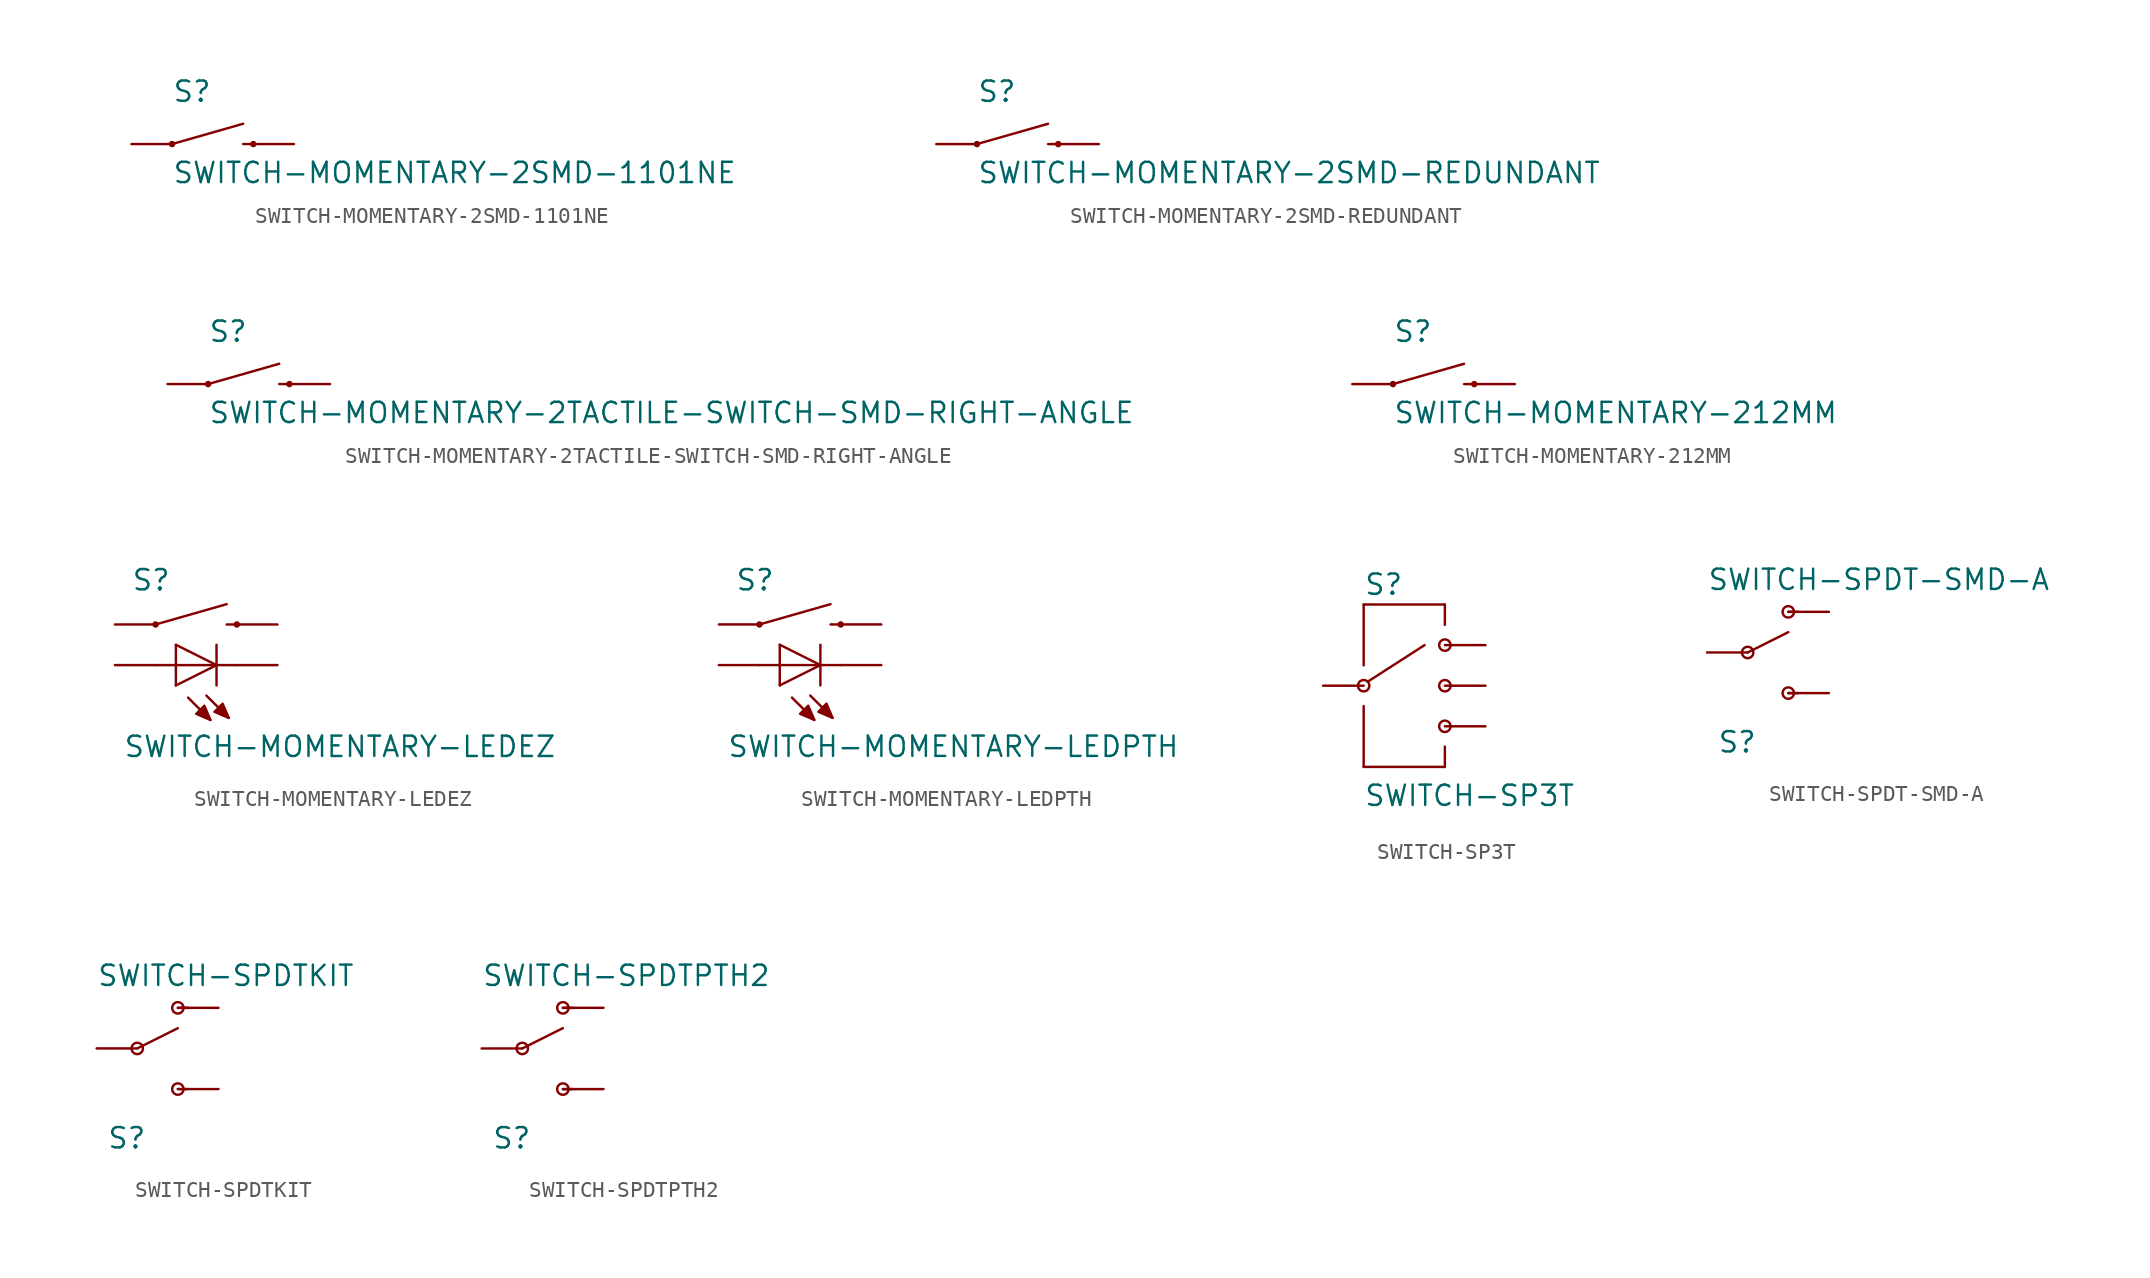
<source format=kicad_sym>
(kicad_symbol_lib
  (version 20220914)
  (generator kicad_symbol_editor)
  (symbol "SWITCH-MOMENTARY-2SMD-1101NE"
    (pin_numbers hide)
    (pin_names
      (offset 1.016) hide)
    (property "Reference" "S"
      (at -2.54 2.54 0)
      (effects (font (size 1.27 1.27)) (justify left bottom)))
    (property "Value" "SWITCH-MOMENTARY-2SMD-1101NE"
      (at -2.54 -2.54 0)
      (effects (font (size 1.27 1.27)) (justify left bottom)))
    (property "ki_locked" ""
      (at 0 0 0)
      (effects (font (size 1.27 1.27))))
    (symbol "SWITCH-MOMENTARY-2SMD-1101NE_1_0"
      (polyline (pts (xy -2.54 0) (xy 1.905 1.27)) (stroke (width 0) (type solid)) (fill (type none)))
      (polyline (pts (xy 1.905 0) (xy 2.54 0)) (stroke (width 0) (type solid)) (fill (type none))))
    (symbol "SWITCH-MOMENTARY-2SMD-1101NE_1_1"
      (circle (center -2.54 0) (radius 0.127) (stroke (width 0) (type solid)) (fill (type outline)))
      (circle (center 2.54 0) (radius 0.127) (stroke (width 0) (type solid)) (fill (type outline)))
      (pin passive line (at -5.08 0 0) (length 2.54) (name "1" (effects (font (size 1.016 1.016)))) (number "1" (effects (font (size 1.016 1.016)))))
      (pin passive line (at 5.08 0 180) (length 2.54) (name "2" (effects (font (size 1.016 1.016)))) (number "2" (effects (font (size 1.016 1.016)))))))
  (symbol "SWITCH-MOMENTARY-2SMD-REDUNDANT"
    (pin_numbers hide)
    (pin_names
      (offset 1.016) hide)
    (property "Reference" "S"
      (at -2.54 2.54 0)
      (effects (font (size 1.27 1.27)) (justify left bottom)))
    (property "Value" "SWITCH-MOMENTARY-2SMD-REDUNDANT"
      (at -2.54 -2.54 0)
      (effects (font (size 1.27 1.27)) (justify left bottom)))
    (property "ki_locked" ""
      (at 0 0 0)
      (effects (font (size 1.27 1.27))))
    (symbol "SWITCH-MOMENTARY-2SMD-REDUNDANT_1_0"
      (polyline (pts (xy -2.54 0) (xy 1.905 1.27)) (stroke (width 0) (type solid)) (fill (type none)))
      (polyline (pts (xy 1.905 0) (xy 2.54 0)) (stroke (width 0) (type solid)) (fill (type none))))
    (symbol "SWITCH-MOMENTARY-2SMD-REDUNDANT_1_1"
      (circle (center -2.54 0) (radius 0.127) (stroke (width 0) (type solid)) (fill (type outline)))
      (circle (center 2.54 0) (radius 0.127) (stroke (width 0) (type solid)) (fill (type outline)))
      (pin passive line (at -5.08 0 0) (length 2.54) (name "1" (effects (font (size 1.016 1.016)))) (number "1" (effects (font (size 1.016 1.016)))))
      (pin passive line (at -5.08 0 0) (length 2.54) hide (name "1" (effects (font (size 1.016 1.016)))) (number "2" (effects (font (size 1.016 1.016)))))
      (pin passive line (at 5.08 0 180) (length 2.54) (name "2" (effects (font (size 1.016 1.016)))) (number "3" (effects (font (size 1.016 1.016)))))
      (pin passive line (at 5.08 0 180) (length 2.54) hide (name "2" (effects (font (size 1.016 1.016)))) (number "4" (effects (font (size 1.016 1.016)))))))
  (symbol "SWITCH-MOMENTARY-2TACTILE-SWITCH-SMD-RIGHT-ANGLE"
    (pin_numbers hide)
    (pin_names
      (offset 1.016) hide)
    (property "Reference" "S"
      (at -2.54 2.54 0)
      (effects (font (size 1.27 1.27)) (justify left bottom)))
    (property "Value" "SWITCH-MOMENTARY-2TACTILE-SWITCH-SMD-RIGHT-ANGLE"
      (at -2.54 -2.54 0)
      (effects (font (size 1.27 1.27)) (justify left bottom)))
    (property "ki_locked" ""
      (at 0 0 0)
      (effects (font (size 1.27 1.27))))
    (symbol "SWITCH-MOMENTARY-2TACTILE-SWITCH-SMD-RIGHT-ANGLE_1_0"
      (polyline (pts (xy -2.54 0) (xy 1.905 1.27)) (stroke (width 0) (type solid)) (fill (type none)))
      (polyline (pts (xy 1.905 0) (xy 2.54 0)) (stroke (width 0) (type solid)) (fill (type none))))
    (symbol "SWITCH-MOMENTARY-2TACTILE-SWITCH-SMD-RIGHT-ANGLE_1_1"
      (circle (center -2.54 0) (radius 0.127) (stroke (width 0) (type solid)) (fill (type outline)))
      (circle (center 2.54 0) (radius 0.127) (stroke (width 0) (type solid)) (fill (type outline)))
      (pin passive line (at -5.08 0 0) (length 2.54) (name "1" (effects (font (size 1.016 1.016)))) (number "1" (effects (font (size 1.016 1.016)))))
      (pin passive line (at 5.08 0 180) (length 2.54) (name "2" (effects (font (size 1.016 1.016)))) (number "2" (effects (font (size 1.016 1.016)))))))
  (symbol "SWITCH-MOMENTARY-212MM"
    (pin_numbers hide)
    (pin_names
      (offset 1.016) hide)
    (property "Reference" "S"
      (at -2.54 2.54 0)
      (effects (font (size 1.27 1.27)) (justify left bottom)))
    (property "Value" "SWITCH-MOMENTARY-212MM"
      (at -2.54 -2.54 0)
      (effects (font (size 1.27 1.27)) (justify left bottom)))
    (property "ki_locked" ""
      (at 0 0 0)
      (effects (font (size 1.27 1.27))))
    (symbol "SWITCH-MOMENTARY-212MM_1_0"
      (polyline (pts (xy -2.54 0) (xy 1.905 1.27)) (stroke (width 0) (type solid)) (fill (type none)))
      (polyline (pts (xy 1.905 0) (xy 2.54 0)) (stroke (width 0) (type solid)) (fill (type none))))
    (symbol "SWITCH-MOMENTARY-212MM_1_1"
      (circle (center -2.54 0) (radius 0.127) (stroke (width 0) (type solid)) (fill (type outline)))
      (circle (center 2.54 0) (radius 0.127) (stroke (width 0) (type solid)) (fill (type outline)))
      (pin passive line (at -5.08 0 0) (length 2.54) (name "1" (effects (font (size 1.016 1.016)))) (number "1" (effects (font (size 1.016 1.016)))))
      (pin passive line (at 5.08 0 180) (length 2.54) (name "2" (effects (font (size 1.016 1.016)))) (number "3" (effects (font (size 1.016 1.016)))))))
  (symbol "SWITCH-MOMENTARY-LEDEZ"
    (pin_numbers hide)
    (pin_names
      (offset 1.016) hide)
    (property "Reference" "S"
      (at -4.064 2.032 0)
      (effects (font (size 1.27 1.27)) (justify left bottom)))
    (property "Value" "SWITCH-MOMENTARY-LEDEZ"
      (at -4.572 -8.382 0)
      (effects (font (size 1.27 1.27)) (justify left bottom)))
    (property "ki_locked" ""
      (at 0 0 0)
      (effects (font (size 1.27 1.27))))
    (symbol "SWITCH-MOMENTARY-LEDEZ_1_0"
      (polyline (pts (xy -2.54 -2.54) (xy -1.27 -2.54)) (stroke (width 0) (type solid)) (fill (type none)))
      (polyline (pts (xy -2.54 0) (xy 1.905 1.27)) (stroke (width 0) (type solid)) (fill (type none)))
      (polyline (pts (xy -1.27 -2.54) (xy -1.27 -3.81)) (stroke (width 0) (type solid)) (fill (type none)))
      (polyline (pts (xy -1.27 -2.54) (xy 1.27 -2.54)) (stroke (width 0) (type solid)) (fill (type none)))
      (polyline (pts (xy -1.27 -1.27) (xy -1.27 -2.54)) (stroke (width 0) (type solid)) (fill (type none)))
      (polyline (pts (xy -1.27 -1.27) (xy 1.27 -2.54)) (stroke (width 0) (type solid)) (fill (type none)))
      (polyline (pts (xy -0.508 -4.572) (xy 0.889 -5.969)) (stroke (width 0) (type solid)) (fill (type none)))
      (polyline (pts (xy 0.635 -4.445) (xy 2.032 -5.842)) (stroke (width 0) (type solid)) (fill (type none)))
      (polyline (pts (xy 1.27 -2.54) (xy -1.27 -3.81)) (stroke (width 0) (type solid)) (fill (type none)))
      (polyline (pts (xy 1.27 -2.54) (xy 1.27 -3.81)) (stroke (width 0) (type solid)) (fill (type none)))
      (polyline (pts (xy 1.27 -2.54) (xy 2.54 -2.54)) (stroke (width 0) (type solid)) (fill (type none)))
      (polyline (pts (xy 1.27 -1.27) (xy 1.27 -2.54)) (stroke (width 0) (type solid)) (fill (type none)))
      (polyline (pts (xy 1.905 0) (xy 2.54 0)) (stroke (width 0) (type solid)) (fill (type none))))
    (symbol "SWITCH-MOMENTARY-LEDEZ_1_1"
      (circle (center -2.54 0) (radius 0.127) (stroke (width 0) (type solid)) (fill (type outline)))
      (polyline (pts (xy 0.889 -5.969) (xy 0 -5.588) (xy 0 -5.588) (xy 0.508 -5.08) (xy 0.508 -5.08) (xy 0.889 -5.969)) (stroke (width 0) (type solid)) (fill (type outline)))
      (polyline (pts (xy 2.032 -5.842) (xy 1.143 -5.461) (xy 1.143 -5.461) (xy 1.651 -4.953) (xy 1.651 -4.953) (xy 2.032 -5.842)) (stroke (width 0) (type solid)) (fill (type outline)))
      (circle (center 2.54 0) (radius 0.127) (stroke (width 0) (type solid)) (fill (type outline)))
      (pin passive line (at 5.08 0 180) (length 2.54) (name "2" (effects (font (size 1.016 1.016)))) (number "2" (effects (font (size 1.016 1.016)))))
      (pin passive line (at -5.08 0 0) (length 2.54) (name "1" (effects (font (size 1.016 1.016)))) (number "4" (effects (font (size 1.016 1.016)))))
      (pin passive line (at -5.08 -2.54 0) (length 2.54) (name "A" (effects (font (size 1.016 1.016)))) (number "A" (effects (font (size 1.016 1.016)))))
      (pin passive line (at 5.08 -2.54 180) (length 2.54) (name "C" (effects (font (size 1.016 1.016)))) (number "C" (effects (font (size 1.016 1.016)))))))
  (symbol "SWITCH-MOMENTARY-LEDPTH"
    (pin_numbers hide)
    (pin_names
      (offset 1.016) hide)
    (property "Reference" "S"
      (at -4.064 2.032 0)
      (effects (font (size 1.27 1.27)) (justify left bottom)))
    (property "Value" "SWITCH-MOMENTARY-LEDPTH"
      (at -4.572 -8.382 0)
      (effects (font (size 1.27 1.27)) (justify left bottom)))
    (property "ki_locked" ""
      (at 0 0 0)
      (effects (font (size 1.27 1.27))))
    (symbol "SWITCH-MOMENTARY-LEDPTH_1_0"
      (polyline (pts (xy -2.54 -2.54) (xy -1.27 -2.54)) (stroke (width 0) (type solid)) (fill (type none)))
      (polyline (pts (xy -2.54 0) (xy 1.905 1.27)) (stroke (width 0) (type solid)) (fill (type none)))
      (polyline (pts (xy -1.27 -2.54) (xy -1.27 -3.81)) (stroke (width 0) (type solid)) (fill (type none)))
      (polyline (pts (xy -1.27 -2.54) (xy 1.27 -2.54)) (stroke (width 0) (type solid)) (fill (type none)))
      (polyline (pts (xy -1.27 -1.27) (xy -1.27 -2.54)) (stroke (width 0) (type solid)) (fill (type none)))
      (polyline (pts (xy -1.27 -1.27) (xy 1.27 -2.54)) (stroke (width 0) (type solid)) (fill (type none)))
      (polyline (pts (xy -0.508 -4.572) (xy 0.889 -5.969)) (stroke (width 0) (type solid)) (fill (type none)))
      (polyline (pts (xy 0.635 -4.445) (xy 2.032 -5.842)) (stroke (width 0) (type solid)) (fill (type none)))
      (polyline (pts (xy 1.27 -2.54) (xy -1.27 -3.81)) (stroke (width 0) (type solid)) (fill (type none)))
      (polyline (pts (xy 1.27 -2.54) (xy 1.27 -3.81)) (stroke (width 0) (type solid)) (fill (type none)))
      (polyline (pts (xy 1.27 -2.54) (xy 2.54 -2.54)) (stroke (width 0) (type solid)) (fill (type none)))
      (polyline (pts (xy 1.27 -1.27) (xy 1.27 -2.54)) (stroke (width 0) (type solid)) (fill (type none)))
      (polyline (pts (xy 1.905 0) (xy 2.54 0)) (stroke (width 0) (type solid)) (fill (type none))))
    (symbol "SWITCH-MOMENTARY-LEDPTH_1_1"
      (circle (center -2.54 0) (radius 0.127) (stroke (width 0) (type solid)) (fill (type outline)))
      (polyline (pts (xy 0.889 -5.969) (xy 0 -5.588) (xy 0 -5.588) (xy 0.508 -5.08) (xy 0.508 -5.08) (xy 0.889 -5.969)) (stroke (width 0) (type solid)) (fill (type outline)))
      (polyline (pts (xy 2.032 -5.842) (xy 1.143 -5.461) (xy 1.143 -5.461) (xy 1.651 -4.953) (xy 1.651 -4.953) (xy 2.032 -5.842)) (stroke (width 0) (type solid)) (fill (type outline)))
      (circle (center 2.54 0) (radius 0.127) (stroke (width 0) (type solid)) (fill (type outline)))
      (pin passive line (at 5.08 0 180) (length 2.54) (name "2" (effects (font (size 1.016 1.016)))) (number "2" (effects (font (size 1.016 1.016)))))
      (pin passive line (at -5.08 0 0) (length 2.54) (name "1" (effects (font (size 1.016 1.016)))) (number "4" (effects (font (size 1.016 1.016)))))
      (pin passive line (at -5.08 -2.54 0) (length 2.54) (name "A" (effects (font (size 1.016 1.016)))) (number "A" (effects (font (size 1.016 1.016)))))
      (pin passive line (at 5.08 -2.54 180) (length 2.54) (name "C" (effects (font (size 1.016 1.016)))) (number "C" (effects (font (size 1.016 1.016)))))))
  (symbol "SWITCH-SP3T"
    (pin_numbers hide)
    (pin_names
      (offset 1.016) hide)
    (property "Reference" "S"
      (at -2.54 5.588 0)
      (effects (font (size 1.27 1.27)) (justify left bottom)))
    (property "Value" "SWITCH-SP3T"
      (at -2.54 -7.62 0)
      (effects (font (size 1.27 1.27)) (justify left bottom)))
    (property "ki_locked" ""
      (at 0 0 0)
      (effects (font (size 1.27 1.27))))
    (symbol "SWITCH-SP3T_1_0"
      (polyline (pts (xy -2.54 -5.08) (xy 2.54 -5.08)) (stroke (width 0) (type solid)) (fill (type none)))
      (polyline (pts (xy -2.54 -1.27) (xy -2.54 -5.08)) (stroke (width 0) (type solid)) (fill (type none)))
      (polyline (pts (xy -2.54 1.27) (xy -2.54 5.08)) (stroke (width 0) (type solid)) (fill (type none)))
      (polyline (pts (xy 1.27 2.54) (xy -2.286 0.254)) (stroke (width 0) (type solid)) (fill (type none)))
      (polyline (pts (xy 2.54 -5.08) (xy 2.54 -3.81)) (stroke (width 0) (type solid)) (fill (type none)))
      (polyline (pts (xy 2.54 3.81) (xy 2.54 5.08)) (stroke (width 0) (type solid)) (fill (type none)))
      (polyline (pts (xy 2.54 5.08) (xy -2.54 5.08)) (stroke (width 0) (type solid)) (fill (type none))))
    (symbol "SWITCH-SP3T_1_1"
      (circle (center -2.54 0) (radius 0.356) (stroke (width 0) (type solid)) (fill (type none)))
      (circle (center 2.54 -2.54) (radius 0.356) (stroke (width 0) (type solid)) (fill (type none)))
      (circle (center 2.54 0) (radius 0.356) (stroke (width 0) (type solid)) (fill (type none)))
      (circle (center 2.54 2.54) (radius 0.356) (stroke (width 0) (type solid)) (fill (type none)))
      (pin bidirectional line (at 5.08 2.54 180) (length 2.54) (name "1" (effects (font (size 1.016 1.016)))) (number "1" (effects (font (size 1.016 1.016)))))
      (pin bidirectional line (at 5.08 0 180) (length 2.54) (name "2" (effects (font (size 1.016 1.016)))) (number "2" (effects (font (size 1.016 1.016)))))
      (pin bidirectional line (at -5.08 0 0) (length 2.54) (name "3" (effects (font (size 1.016 1.016)))) (number "3" (effects (font (size 1.016 1.016)))))
      (pin bidirectional line (at 5.08 -2.54 180) (length 2.54) (name "4" (effects (font (size 1.016 1.016)))) (number "4" (effects (font (size 1.016 1.016)))))))
  (symbol "SWITCH-SPDT-SMD-A"
    (pin_numbers hide)
    (pin_names
      (offset 1.016) hide)
    (property "Reference" "S"
      (at -1.905 -6.35 0)
      (effects (font (size 1.27 1.27)) (justify left bottom)))
    (property "Value" "SWITCH-SPDT-SMD-A"
      (at -2.54 3.81 0)
      (effects (font (size 1.27 1.27)) (justify left bottom)))
    (property "ki_locked" ""
      (at 0 0 0)
      (effects (font (size 1.27 1.27))))
    (symbol "SWITCH-SPDT-SMD-A_1_0"
      (polyline (pts (xy 0 0) (xy 2.54 1.27)) (stroke (width 0) (type solid)) (fill (type none)))
      (polyline (pts (xy 2.54 -2.54) (xy 3.175 -2.54)) (stroke (width 0) (type solid)) (fill (type none)))
      (polyline (pts (xy 2.54 2.54) (xy 3.175 2.54)) (stroke (width 0) (type solid)) (fill (type none))))
    (symbol "SWITCH-SPDT-SMD-A_1_1"
      (circle (center 0 0) (radius 0.356) (stroke (width 0) (type solid)) (fill (type none)))
      (circle (center 2.54 -2.54) (radius 0.356) (stroke (width 0) (type solid)) (fill (type none)))
      (circle (center 2.54 2.54) (radius 0.356) (stroke (width 0) (type solid)) (fill (type none)))
      (pin passive line (at 5.08 2.54 180) (length 2.54) (name "O" (effects (font (size 1.016 1.016)))) (number "1" (effects (font (size 1.016 1.016)))))
      (pin passive line (at -2.54 0 0) (length 2.54) (name "P" (effects (font (size 1.016 1.016)))) (number "2" (effects (font (size 1.016 1.016)))))
      (pin passive line (at 5.08 -2.54 180) (length 2.54) (name "S" (effects (font (size 1.016 1.016)))) (number "3" (effects (font (size 1.016 1.016)))))))
  (symbol "SWITCH-SPDTKIT"
    (pin_numbers hide)
    (pin_names
      (offset 1.016) hide)
    (property "Reference" "S"
      (at -1.905 -6.35 0)
      (effects (font (size 1.27 1.27)) (justify left bottom)))
    (property "Value" "SWITCH-SPDTKIT"
      (at -2.54 3.81 0)
      (effects (font (size 1.27 1.27)) (justify left bottom)))
    (property "ki_locked" ""
      (at 0 0 0)
      (effects (font (size 1.27 1.27))))
    (symbol "SWITCH-SPDTKIT_1_0"
      (polyline (pts (xy 0 0) (xy 2.54 1.27)) (stroke (width 0) (type solid)) (fill (type none)))
      (polyline (pts (xy 2.54 -2.54) (xy 3.175 -2.54)) (stroke (width 0) (type solid)) (fill (type none)))
      (polyline (pts (xy 2.54 2.54) (xy 3.175 2.54)) (stroke (width 0) (type solid)) (fill (type none))))
    (symbol "SWITCH-SPDTKIT_1_1"
      (circle (center 0 0) (radius 0.356) (stroke (width 0) (type solid)) (fill (type none)))
      (circle (center 2.54 -2.54) (radius 0.356) (stroke (width 0) (type solid)) (fill (type none)))
      (circle (center 2.54 2.54) (radius 0.356) (stroke (width 0) (type solid)) (fill (type none)))
      (pin passive line (at 5.08 2.54 180) (length 2.54) (name "O" (effects (font (size 1.016 1.016)))) (number "1" (effects (font (size 1.016 1.016)))))
      (pin passive line (at -2.54 0 0) (length 2.54) (name "P" (effects (font (size 1.016 1.016)))) (number "2" (effects (font (size 1.016 1.016)))))
      (pin passive line (at 5.08 -2.54 180) (length 2.54) (name "S" (effects (font (size 1.016 1.016)))) (number "3" (effects (font (size 1.016 1.016)))))))
  (symbol "SWITCH-SPDTPTH2"
    (pin_numbers hide)
    (pin_names
      (offset 1.016) hide)
    (property "Reference" "S"
      (at -1.905 -6.35 0)
      (effects (font (size 1.27 1.27)) (justify left bottom)))
    (property "Value" "SWITCH-SPDTPTH2"
      (at -2.54 3.81 0)
      (effects (font (size 1.27 1.27)) (justify left bottom)))
    (property "ki_locked" ""
      (at 0 0 0)
      (effects (font (size 1.27 1.27))))
    (symbol "SWITCH-SPDTPTH2_1_0"
      (polyline (pts (xy 0 0) (xy 2.54 1.27)) (stroke (width 0) (type solid)) (fill (type none)))
      (polyline (pts (xy 2.54 -2.54) (xy 3.175 -2.54)) (stroke (width 0) (type solid)) (fill (type none)))
      (polyline (pts (xy 2.54 2.54) (xy 3.175 2.54)) (stroke (width 0) (type solid)) (fill (type none))))
    (symbol "SWITCH-SPDTPTH2_1_1"
      (circle (center 0 0) (radius 0.356) (stroke (width 0) (type solid)) (fill (type none)))
      (circle (center 2.54 -2.54) (radius 0.356) (stroke (width 0) (type solid)) (fill (type none)))
      (circle (center 2.54 2.54) (radius 0.356) (stroke (width 0) (type solid)) (fill (type none)))
      (pin passive line (at 5.08 2.54 180) (length 2.54) (name "O" (effects (font (size 1.016 1.016)))) (number "1" (effects (font (size 1.016 1.016)))))
      (pin passive line (at -2.54 0 0) (length 2.54) (name "P" (effects (font (size 1.016 1.016)))) (number "2" (effects (font (size 1.016 1.016)))))
      (pin passive line (at 5.08 -2.54 180) (length 2.54) (name "S" (effects (font (size 1.016 1.016)))) (number "3" (effects (font (size 1.016 1.016))))))))
</source>
